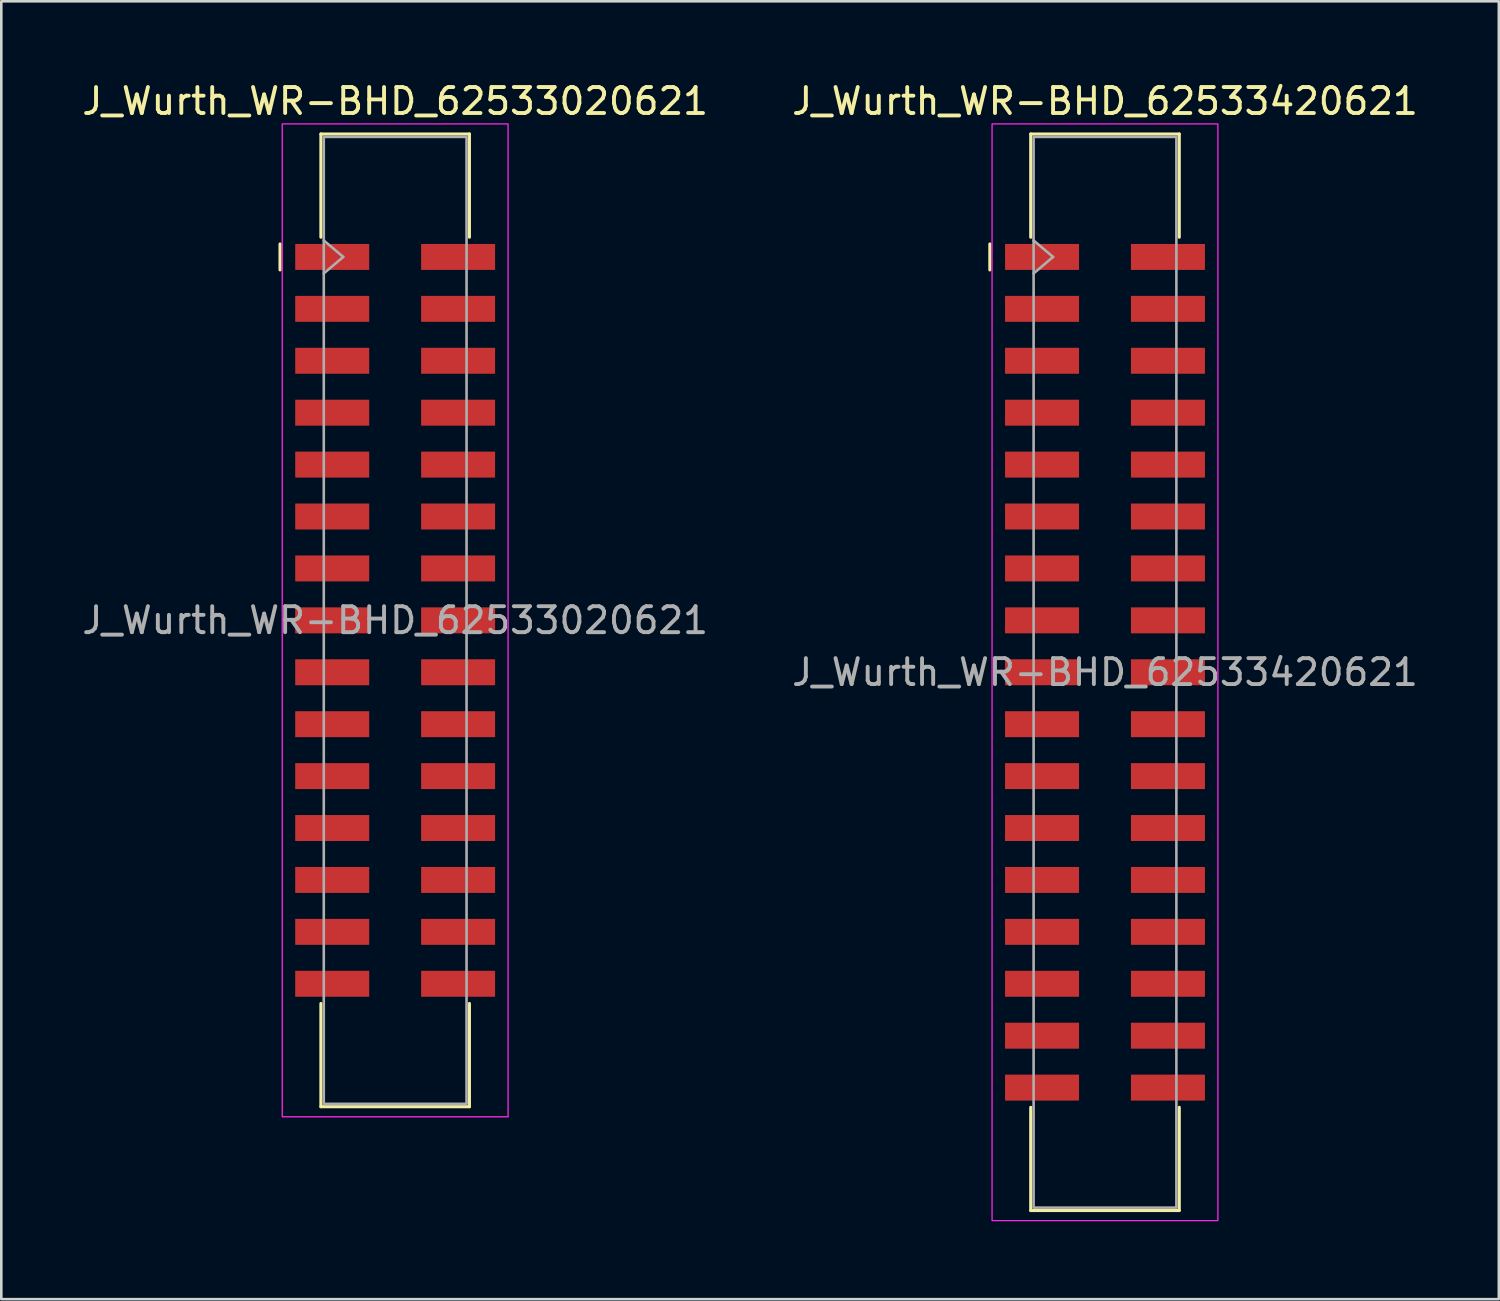
<source format=kicad_pcb>
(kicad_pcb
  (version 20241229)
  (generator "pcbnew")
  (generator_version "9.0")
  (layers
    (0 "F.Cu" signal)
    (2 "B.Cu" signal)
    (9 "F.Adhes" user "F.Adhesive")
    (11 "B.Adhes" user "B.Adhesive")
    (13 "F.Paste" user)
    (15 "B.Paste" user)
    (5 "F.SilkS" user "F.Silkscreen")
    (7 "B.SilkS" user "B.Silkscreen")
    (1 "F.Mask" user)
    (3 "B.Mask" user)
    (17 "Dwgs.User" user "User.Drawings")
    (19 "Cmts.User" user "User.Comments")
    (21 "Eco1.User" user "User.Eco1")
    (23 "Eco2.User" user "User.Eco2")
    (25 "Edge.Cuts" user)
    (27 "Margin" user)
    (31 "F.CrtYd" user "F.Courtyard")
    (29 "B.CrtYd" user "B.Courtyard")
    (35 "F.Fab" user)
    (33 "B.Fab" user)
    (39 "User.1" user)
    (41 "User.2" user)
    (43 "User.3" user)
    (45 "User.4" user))
  (footprint "J_Wurth_WR-BHD_62533020621"
    (layer "F.Cu")
    (at 12.173 20.848)
    (property "Reference" "J_Wurth_WR-BHD_62533020621" (at 0 -20 0) (unlocked yes) (layer "F.SilkS") (effects (font (size 1 1) (thickness 0.15))))
    (attr smd)
    (fp_line (start -4.435 -14.5) (end -4.435 -13.5) (stroke (width 0.12) (type solid)) (layer "F.SilkS"))
    (fp_line (start -2.86 -18.735) (end -2.86 -14.76) (stroke (width 0.12) (type solid)) (layer "F.SilkS"))
    (fp_line (start -2.86 -18.735) (end 2.86 -18.735) (stroke (width 0.12) (type default)) (layer "F.SilkS"))
    (fp_line (start -2.86 14.76) (end -2.86 18.735) (stroke (width 0.12) (type solid)) (layer "F.SilkS"))
    (fp_line (start 2.86 -18.735) (end 2.86 -14.76) (stroke (width 0.12) (type solid)) (layer "F.SilkS"))
    (fp_line (start 2.86 14.76) (end 2.86 18.735) (stroke (width 0.12) (type solid)) (layer "F.SilkS"))
    (fp_line (start 2.86 18.735) (end -2.86 18.735) (stroke (width 0.12) (type default)) (layer "F.SilkS"))
    (fp_rect (start -4.35 -19.125) (end 4.35 19.125) (stroke (width 0.05) (type solid)) (fill no) (layer "F.CrtYd"))
    (fp_line (start -2 -14) (end -2.75 -14.635) (stroke (width 0.1) (type solid)) (layer "F.Fab"))
    (fp_line (start -2 -14) (end -2.75 -13.365) (stroke (width 0.1) (type solid)) (layer "F.Fab"))
    (fp_rect (start -2.75 -18.625) (end 2.75 18.625) (stroke (width 0.1) (type solid)) (fill no) (layer "F.Fab"))
    (fp_text user "${REFERENCE}" (at 0 0 0) (unlocked yes) (layer "F.Fab") (effects (font (size 1 1) (thickness 0.15))))
    (pad "1" smd rect (at -2.425 -14 270) (size 1 2.85) (layers "F.Cu" "F.Mask" "F.Paste"))
    (pad "2" smd rect (at 2.425 -14 270) (size 1 2.85) (layers "F.Cu" "F.Mask" "F.Paste"))
    (pad "3" smd rect (at -2.425 -12 270) (size 1 2.85) (layers "F.Cu" "F.Mask" "F.Paste"))
    (pad "4" smd rect (at 2.425 -12 270) (size 1 2.85) (layers "F.Cu" "F.Mask" "F.Paste"))
    (pad "5" smd rect (at -2.425 -10 270) (size 1 2.85) (layers "F.Cu" "F.Mask" "F.Paste"))
    (pad "6" smd rect (at 2.425 -10 270) (size 1 2.85) (layers "F.Cu" "F.Mask" "F.Paste"))
    (pad "7" smd rect (at -2.425 -8 270) (size 1 2.85) (layers "F.Cu" "F.Mask" "F.Paste"))
    (pad "8" smd rect (at 2.425 -8 270) (size 1 2.85) (layers "F.Cu" "F.Mask" "F.Paste"))
    (pad "9" smd rect (at -2.425 -6 270) (size 1 2.85) (layers "F.Cu" "F.Mask" "F.Paste"))
    (pad "10" smd rect (at 2.425 -6 270) (size 1 2.85) (layers "F.Cu" "F.Mask" "F.Paste"))
    (pad "11" smd rect (at -2.425 -4 270) (size 1 2.85) (layers "F.Cu" "F.Mask" "F.Paste"))
    (pad "12" smd rect (at 2.425 -4 270) (size 1 2.85) (layers "F.Cu" "F.Mask" "F.Paste"))
    (pad "13" smd rect (at -2.425 -2 270) (size 1 2.85) (layers "F.Cu" "F.Mask" "F.Paste"))
    (pad "14" smd rect (at 2.425 -2 270) (size 1 2.85) (layers "F.Cu" "F.Mask" "F.Paste"))
    (pad "15" smd rect (at -2.425 0 270) (size 1 2.85) (layers "F.Cu" "F.Mask" "F.Paste"))
    (pad "16" smd rect (at 2.425 0 270) (size 1 2.85) (layers "F.Cu" "F.Mask" "F.Paste"))
    (pad "17" smd rect (at -2.425 2 270) (size 1 2.85) (layers "F.Cu" "F.Mask" "F.Paste"))
    (pad "18" smd rect (at 2.425 2 270) (size 1 2.85) (layers "F.Cu" "F.Mask" "F.Paste"))
    (pad "19" smd rect (at -2.425 4 270) (size 1 2.85) (layers "F.Cu" "F.Mask" "F.Paste"))
    (pad "20" smd rect (at 2.425 4 270) (size 1 2.85) (layers "F.Cu" "F.Mask" "F.Paste"))
    (pad "21" smd rect (at -2.425 6 270) (size 1 2.85) (layers "F.Cu" "F.Mask" "F.Paste"))
    (pad "22" smd rect (at 2.425 6 270) (size 1 2.85) (layers "F.Cu" "F.Mask" "F.Paste"))
    (pad "23" smd rect (at -2.425 8 270) (size 1 2.85) (layers "F.Cu" "F.Mask" "F.Paste"))
    (pad "24" smd rect (at 2.425 8 270) (size 1 2.85) (layers "F.Cu" "F.Mask" "F.Paste"))
    (pad "25" smd rect (at -2.425 10 270) (size 1 2.85) (layers "F.Cu" "F.Mask" "F.Paste"))
    (pad "26" smd rect (at 2.425 10 270) (size 1 2.85) (layers "F.Cu" "F.Mask" "F.Paste"))
    (pad "27" smd rect (at -2.425 12 270) (size 1 2.85) (layers "F.Cu" "F.Mask" "F.Paste"))
    (pad "28" smd rect (at 2.425 12 270) (size 1 2.85) (layers "F.Cu" "F.Mask" "F.Paste"))
    (pad "29" smd rect (at -2.425 14 270) (size 1 2.85) (layers "F.Cu" "F.Mask" "F.Paste"))
    (pad "30" smd rect (at 2.425 14 270) (size 1 2.85) (layers "F.Cu" "F.Mask" "F.Paste")))
  (footprint "J_Wurth_WR-BHD_62533420621"
    (layer "F.Cu")
    (at 39.518 22.848)
    (property "Reference" "J_Wurth_WR-BHD_62533420621" (at 0 -22 0) (unlocked yes) (layer "F.SilkS") (effects (font (size 1 1) (thickness 0.15))))
    (attr smd)
    (fp_line (start -4.435 -16.5) (end -4.435 -15.5) (stroke (width 0.12) (type solid)) (layer "F.SilkS"))
    (fp_line (start -2.86 -20.735) (end -2.86 -16.76) (stroke (width 0.12) (type solid)) (layer "F.SilkS"))
    (fp_line (start -2.86 -20.735) (end 2.86 -20.735) (stroke (width 0.12) (type default)) (layer "F.SilkS"))
    (fp_line (start -2.86 16.76) (end -2.86 20.735) (stroke (width 0.12) (type solid)) (layer "F.SilkS"))
    (fp_line (start 2.86 -20.735) (end 2.86 -16.76) (stroke (width 0.12) (type solid)) (layer "F.SilkS"))
    (fp_line (start 2.86 16.76) (end 2.86 20.735) (stroke (width 0.12) (type solid)) (layer "F.SilkS"))
    (fp_line (start 2.86 20.735) (end -2.86 20.735) (stroke (width 0.12) (type default)) (layer "F.SilkS"))
    (fp_rect (start -4.35 -21.125) (end 4.35 21.125) (stroke (width 0.05) (type solid)) (fill no) (layer "F.CrtYd"))
    (fp_line (start -2 -16) (end -2.75 -16.635) (stroke (width 0.1) (type solid)) (layer "F.Fab"))
    (fp_line (start -2 -16) (end -2.75 -15.365) (stroke (width 0.1) (type solid)) (layer "F.Fab"))
    (fp_rect (start -2.75 -20.625) (end 2.75 20.625) (stroke (width 0.1) (type solid)) (fill no) (layer "F.Fab"))
    (fp_text user "${REFERENCE}" (at 0 0 0) (unlocked yes) (layer "F.Fab") (effects (font (size 1 1) (thickness 0.15))))
    (pad "1" smd rect (at -2.425 -16 270) (size 1 2.85) (layers "F.Cu" "F.Mask" "F.Paste"))
    (pad "2" smd rect (at 2.425 -16 270) (size 1 2.85) (layers "F.Cu" "F.Mask" "F.Paste"))
    (pad "3" smd rect (at -2.425 -14 270) (size 1 2.85) (layers "F.Cu" "F.Mask" "F.Paste"))
    (pad "4" smd rect (at 2.425 -14 270) (size 1 2.85) (layers "F.Cu" "F.Mask" "F.Paste"))
    (pad "5" smd rect (at -2.425 -12 270) (size 1 2.85) (layers "F.Cu" "F.Mask" "F.Paste"))
    (pad "6" smd rect (at 2.425 -12 270) (size 1 2.85) (layers "F.Cu" "F.Mask" "F.Paste"))
    (pad "7" smd rect (at -2.425 -10 270) (size 1 2.85) (layers "F.Cu" "F.Mask" "F.Paste"))
    (pad "8" smd rect (at 2.425 -10 270) (size 1 2.85) (layers "F.Cu" "F.Mask" "F.Paste"))
    (pad "9" smd rect (at -2.425 -8 270) (size 1 2.85) (layers "F.Cu" "F.Mask" "F.Paste"))
    (pad "10" smd rect (at 2.425 -8 270) (size 1 2.85) (layers "F.Cu" "F.Mask" "F.Paste"))
    (pad "11" smd rect (at -2.425 -6 270) (size 1 2.85) (layers "F.Cu" "F.Mask" "F.Paste"))
    (pad "12" smd rect (at 2.425 -6 270) (size 1 2.85) (layers "F.Cu" "F.Mask" "F.Paste"))
    (pad "13" smd rect (at -2.425 -4 270) (size 1 2.85) (layers "F.Cu" "F.Mask" "F.Paste"))
    (pad "14" smd rect (at 2.425 -4 270) (size 1 2.85) (layers "F.Cu" "F.Mask" "F.Paste"))
    (pad "15" smd rect (at -2.425 -2 270) (size 1 2.85) (layers "F.Cu" "F.Mask" "F.Paste"))
    (pad "16" smd rect (at 2.425 -2 270) (size 1 2.85) (layers "F.Cu" "F.Mask" "F.Paste"))
    (pad "17" smd rect (at -2.425 0 270) (size 1 2.85) (layers "F.Cu" "F.Mask" "F.Paste"))
    (pad "18" smd rect (at 2.425 0 270) (size 1 2.85) (layers "F.Cu" "F.Mask" "F.Paste"))
    (pad "19" smd rect (at -2.425 2 270) (size 1 2.85) (layers "F.Cu" "F.Mask" "F.Paste"))
    (pad "20" smd rect (at 2.425 2 270) (size 1 2.85) (layers "F.Cu" "F.Mask" "F.Paste"))
    (pad "21" smd rect (at -2.425 4 270) (size 1 2.85) (layers "F.Cu" "F.Mask" "F.Paste"))
    (pad "22" smd rect (at 2.425 4 270) (size 1 2.85) (layers "F.Cu" "F.Mask" "F.Paste"))
    (pad "23" smd rect (at -2.425 6 270) (size 1 2.85) (layers "F.Cu" "F.Mask" "F.Paste"))
    (pad "24" smd rect (at 2.425 6 270) (size 1 2.85) (layers "F.Cu" "F.Mask" "F.Paste"))
    (pad "25" smd rect (at -2.425 8 270) (size 1 2.85) (layers "F.Cu" "F.Mask" "F.Paste"))
    (pad "26" smd rect (at 2.425 8 270) (size 1 2.85) (layers "F.Cu" "F.Mask" "F.Paste"))
    (pad "27" smd rect (at -2.425 10 270) (size 1 2.85) (layers "F.Cu" "F.Mask" "F.Paste"))
    (pad "28" smd rect (at 2.425 10 270) (size 1 2.85) (layers "F.Cu" "F.Mask" "F.Paste"))
    (pad "29" smd rect (at -2.425 12 270) (size 1 2.85) (layers "F.Cu" "F.Mask" "F.Paste"))
    (pad "30" smd rect (at 2.425 12 270) (size 1 2.85) (layers "F.Cu" "F.Mask" "F.Paste"))
    (pad "31" smd rect (at -2.425 14 270) (size 1 2.85) (layers "F.Cu" "F.Mask" "F.Paste"))
    (pad "32" smd rect (at 2.425 14 270) (size 1 2.85) (layers "F.Cu" "F.Mask" "F.Paste"))
    (pad "33" smd rect (at -2.425 16 270) (size 1 2.85) (layers "F.Cu" "F.Mask" "F.Paste"))
    (pad "34" smd rect (at 2.425 16 270) (size 1 2.85) (layers "F.Cu" "F.Mask" "F.Paste")))
  (gr_rect
    (start -3 -3)
    (end 54.69 46.998)
    (stroke (width 0.1) (type default))
    (fill no)
    (layer "Edge.Cuts")))
</source>
